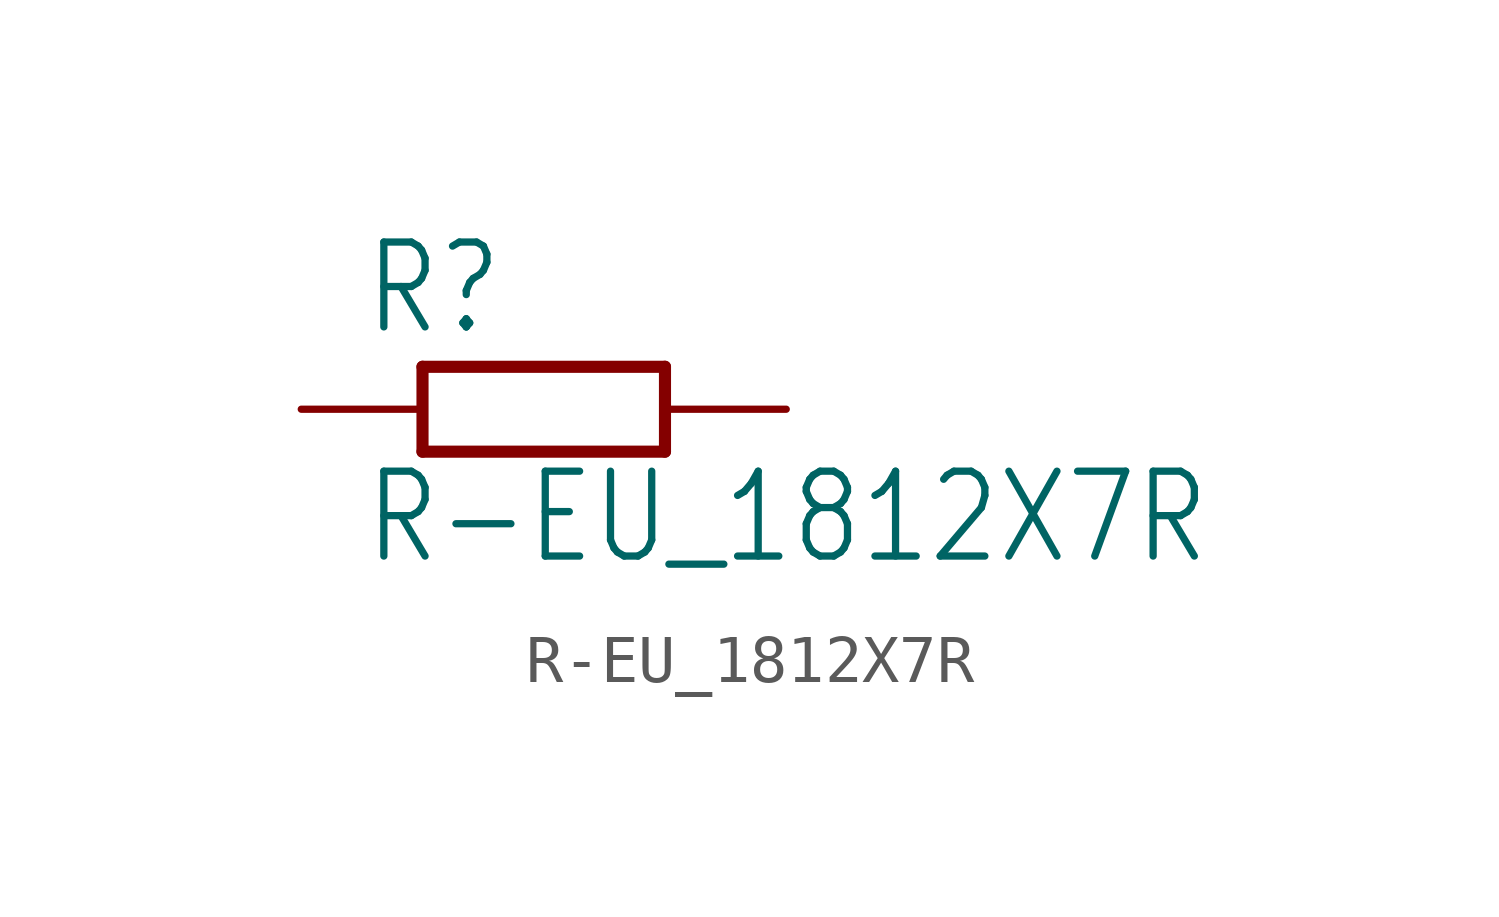
<source format=kicad_sym>
(kicad_symbol_lib
  (version 20211014)
  (generator kicad_symbol_editor)
  (symbol "R-EU_1812X7R"
    (property "Reference" "R"
      (at -3.81 1.499 0)
      (effects (font (size 1.778 1.511)) (justify left bottom)))
    (property "Value" "R-EU_1812X7R"
      (at -3.81 -3.302 0)
      (effects (font (size 1.778 1.511)) (justify left bottom)))
    (property "ki_locked" ""
      (at 0 0 0)
      (effects (font (size 1.27 1.27))))
    (symbol "R-EU_1812X7R_1_0"
      (polyline (pts (xy -2.54 -0.889) (xy -2.54 0.889)) (stroke (width 0.254) (type default) (color 0 0 0 0)) (fill (type none)))
      (polyline (pts (xy -2.54 -0.889) (xy 2.54 -0.889)) (stroke (width 0.254) (type default) (color 0 0 0 0)) (fill (type none)))
      (polyline (pts (xy 2.54 -0.889) (xy 2.54 0.889)) (stroke (width 0.254) (type default) (color 0 0 0 0)) (fill (type none)))
      (polyline (pts (xy 2.54 0.889) (xy -2.54 0.889)) (stroke (width 0.254) (type default) (color 0 0 0 0)) (fill (type none)))
      (pin passive line (at -5.08 0 0) (length 2.54) (name "1" (effects (font (size 0 0)))) (number "1" (effects (font (size 0 0)))))
      (pin passive line (at 5.08 0 180) (length 2.54) (name "2" (effects (font (size 0 0)))) (number "2" (effects (font (size 0 0))))))))
</source>
